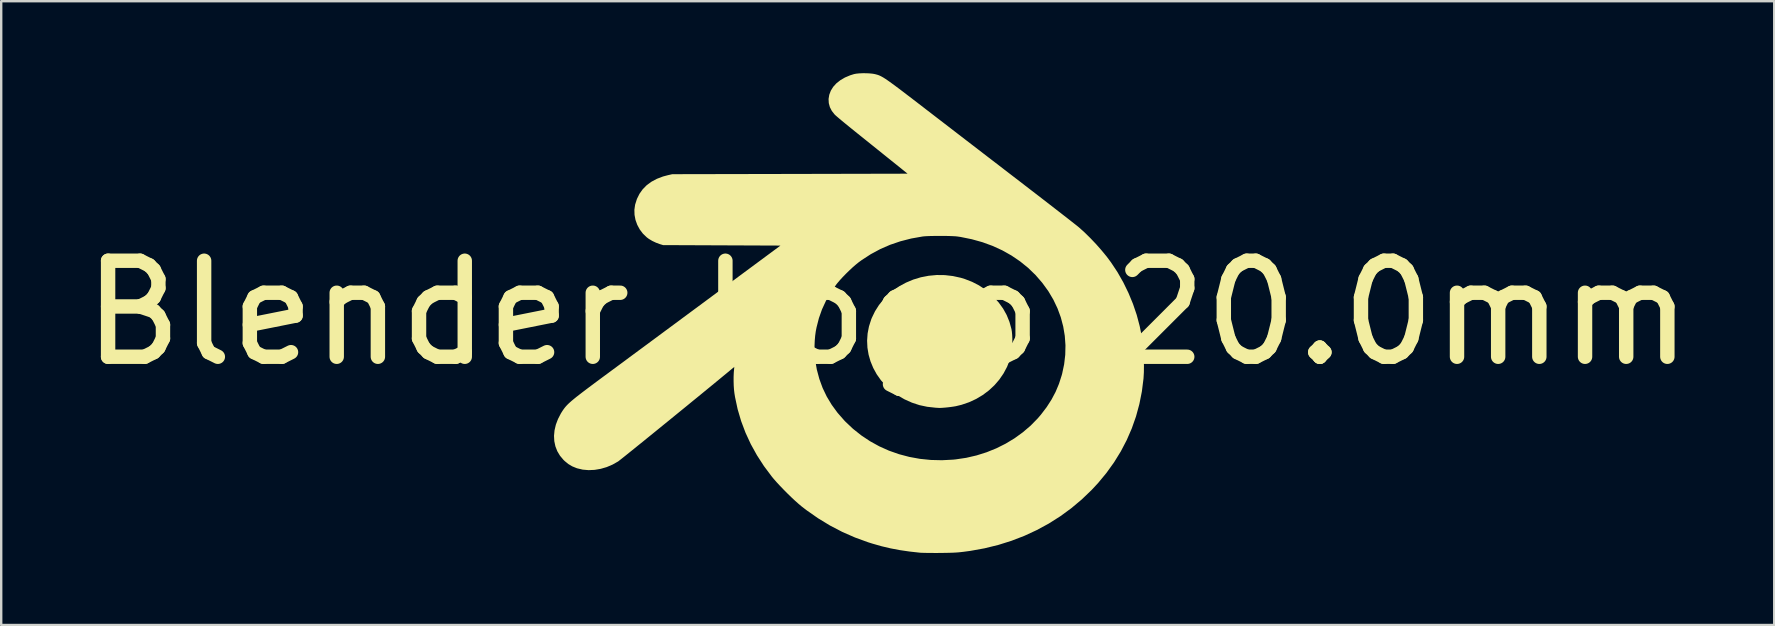
<source format=kicad_pcb>
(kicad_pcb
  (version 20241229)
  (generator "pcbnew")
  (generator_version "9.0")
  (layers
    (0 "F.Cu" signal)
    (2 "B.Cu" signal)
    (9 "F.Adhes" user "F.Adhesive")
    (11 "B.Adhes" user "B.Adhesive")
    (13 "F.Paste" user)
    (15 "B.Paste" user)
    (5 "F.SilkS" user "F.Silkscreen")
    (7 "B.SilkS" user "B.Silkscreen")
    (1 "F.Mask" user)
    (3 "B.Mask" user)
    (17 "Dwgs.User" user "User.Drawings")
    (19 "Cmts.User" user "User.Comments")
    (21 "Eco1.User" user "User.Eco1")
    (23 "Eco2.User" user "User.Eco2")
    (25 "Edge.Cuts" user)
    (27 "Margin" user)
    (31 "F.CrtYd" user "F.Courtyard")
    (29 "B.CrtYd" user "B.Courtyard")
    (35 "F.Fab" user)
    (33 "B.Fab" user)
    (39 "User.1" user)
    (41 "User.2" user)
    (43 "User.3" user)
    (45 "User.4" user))
  (footprint "Blender Logo 20.0mm"
    (layer "F.Cu")
    (at 33.929 9.992)
    (property "Reference" "Blender Logo 20.0mm" (at 0 0 180) (layer "F.SilkS") (effects (font (size 4 4) (thickness 0.6))))
    (attr board_only exclude_from_pos_files exclude_from_bom)
    (fp_poly (pts (xy 2.378 -1.582) (xy 2.714 -1.543) (xy 3.048 -1.47) (xy 3.207 -1.421) (xy 3.516 -1.301) (xy 3.8 -1.155) (xy 4.064 -0.98) (xy 4.312 -0.771) (xy 4.405 -0.682) (xy 4.624 -0.439) (xy 4.807 -0.186) (xy 4.956 0.082) (xy 5.071 0.366) (xy 5.155 0.669) (xy 5.155 0.672) (xy 5.171 0.772) (xy 5.183 0.899) (xy 5.19 1.045) (xy 5.192 1.197) (xy 5.19 1.348) (xy 5.184 1.485) (xy 5.172 1.599) (xy 5.165 1.641) (xy 5.086 1.946) (xy 4.972 2.236) (xy 4.826 2.511) (xy 4.65 2.768) (xy 4.446 3.005) (xy 4.215 3.22) (xy 3.961 3.411) (xy 3.685 3.576) (xy 3.389 3.713) (xy 3.076 3.82) (xy 2.839 3.878) (xy 2.75 3.893) (xy 2.64 3.909) (xy 2.52 3.924) (xy 2.4 3.936) (xy 2.288 3.945) (xy 2.195 3.95) (xy 2.131 3.95) (xy 2.13 3.95) (xy 2.082 3.947) (xy 2.016 3.943) (xy 1.986 3.941) (xy 1.645 3.903) (xy 1.321 3.834) (xy 1.009 3.731) (xy 0.701 3.593) (xy 0.69 3.587) (xy 0.406 3.423) (xy 0.148 3.234) (xy -0.083 3.023) (xy -0.286 2.794) (xy -0.46 2.547) (xy -0.603 2.286) (xy -0.716 2.013) (xy -0.797 1.731) (xy -0.845 1.442) (xy -0.859 1.148) (xy -0.838 0.851) (xy -0.781 0.555) (xy -0.687 0.261) (xy -0.663 0.201) (xy -0.529 -0.076) (xy -0.365 -0.335) (xy -0.167 -0.578) (xy -0.05 -0.701) (xy 0.199 -0.92) (xy 0.469 -1.109) (xy 0.759 -1.268) (xy 1.064 -1.396) (xy 1.381 -1.492) (xy 1.708 -1.555) (xy 2.042 -1.586)) (stroke (width 0) (type solid)) (fill yes) (layer "F.SilkS"))
    (fp_poly (pts (xy -0.891 -9.991) (xy -0.749 -9.984) (xy -0.621 -9.971) (xy -0.53 -9.954) (xy -0.481 -9.941) (xy -0.434 -9.928) (xy -0.387 -9.913) (xy -0.34 -9.894) (xy -0.289 -9.87) (xy -0.233 -9.84) (xy -0.169 -9.803) (xy -0.097 -9.757) (xy -0.014 -9.701) (xy 0.083 -9.633) (xy 0.193 -9.553) (xy 0.321 -9.459) (xy 0.467 -9.35) (xy 0.634 -9.224) (xy 0.823 -9.079) (xy 1.036 -8.916) (xy 1.276 -8.732) (xy 1.544 -8.526) (xy 1.589 -8.491) (xy 1.81 -8.321) (xy 2.058 -8.13) (xy 2.329 -7.922) (xy 2.619 -7.699) (xy 2.924 -7.464) (xy 3.241 -7.22) (xy 3.567 -6.97) (xy 3.897 -6.716) (xy 4.227 -6.462) (xy 4.555 -6.211) (xy 4.875 -5.964) (xy 5.185 -5.726) (xy 5.48 -5.5) (xy 5.744 -5.296) (xy 6.003 -5.097) (xy 6.254 -4.904) (xy 6.495 -4.718) (xy 6.725 -4.54) (xy 6.942 -4.372) (xy 7.143 -4.216) (xy 7.327 -4.073) (xy 7.492 -3.945) (xy 7.636 -3.832) (xy 7.757 -3.737) (xy 7.854 -3.661) (xy 7.924 -3.605) (xy 7.965 -3.571) (xy 7.965 -3.571) (xy 8.2 -3.36) (xy 8.441 -3.123) (xy 8.682 -2.87) (xy 8.912 -2.608) (xy 9.126 -2.348) (xy 9.302 -2.111) (xy 9.57 -1.707) (xy 9.813 -1.28) (xy 10.029 -0.837) (xy 10.217 -0.382) (xy 10.373 0.078) (xy 10.495 0.538) (xy 10.546 0.788) (xy 10.589 1.051) (xy 10.623 1.333) (xy 10.649 1.625) (xy 10.666 1.918) (xy 10.673 2.202) (xy 10.67 2.469) (xy 10.656 2.709) (xy 10.655 2.726) (xy 10.587 3.265) (xy 10.482 3.792) (xy 10.342 4.306) (xy 10.166 4.806) (xy 9.955 5.291) (xy 9.709 5.762) (xy 9.428 6.217) (xy 9.112 6.657) (xy 8.763 7.079) (xy 8.493 7.369) (xy 8.081 7.764) (xy 7.646 8.129) (xy 7.189 8.463) (xy 6.71 8.767) (xy 6.211 9.038) (xy 5.693 9.278) (xy 5.156 9.485) (xy 4.602 9.659) (xy 4.031 9.799) (xy 3.445 9.905) (xy 3.156 9.944) (xy 3.042 9.957) (xy 2.93 9.968) (xy 2.813 9.976) (xy 2.686 9.982) (xy 2.541 9.986) (xy 2.37 9.989) (xy 2.169 9.992) (xy 2.168 9.992) (xy 2.005 9.993) (xy 1.846 9.992) (xy 1.696 9.991) (xy 1.563 9.989) (xy 1.453 9.986) (xy 1.371 9.983) (xy 1.343 9.981) (xy 0.911 9.933) (xy 0.507 9.874) (xy 0.121 9.801) (xy -0.256 9.712) (xy -0.634 9.604) (xy -0.816 9.547) (xy -1.363 9.348) (xy -1.894 9.115) (xy -2.408 8.847) (xy -2.905 8.545) (xy -3.385 8.209) (xy -3.595 8.047) (xy -3.718 7.943) (xy -3.861 7.816) (xy -4.015 7.672) (xy -4.175 7.516) (xy -4.335 7.355) (xy -4.488 7.196) (xy -4.629 7.044) (xy -4.751 6.905) (xy -4.826 6.814) (xy -5.156 6.373) (xy -5.449 5.92) (xy -5.705 5.457) (xy -5.924 4.983) (xy -6.106 4.499) (xy -6.252 4.004) (xy -6.36 3.499) (xy -6.386 3.34) (xy -6.403 3.194) (xy -6.415 3.023) (xy -6.42 2.839) (xy -6.42 2.655) (xy -6.413 2.483) (xy -6.406 2.402) (xy -6.391 2.241) (xy -6.541 2.365) (xy -6.691 2.49) (xy -6.859 2.628) (xy -7.043 2.78) (xy -7.241 2.943) (xy -7.451 3.115) (xy -7.672 3.296) (xy -7.9 3.483) (xy -8.135 3.674) (xy -8.374 3.87) (xy -8.616 4.067) (xy -8.858 4.264) (xy -9.098 4.46) (xy -9.336 4.653) (xy -9.568 4.842) (xy -9.792 5.024) (xy -10.008 5.199) (xy -10.212 5.365) (xy -10.404 5.519) (xy -10.58 5.662) (xy -10.74 5.79) (xy -10.88 5.903) (xy -11 5.999) (xy -11.097 6.076) (xy -11.17 6.133) (xy -11.215 6.169) (xy -11.229 6.179) (xy -11.462 6.311) (xy -11.706 6.415) (xy -11.957 6.488) (xy -12.21 6.531) (xy -12.461 6.542) (xy -12.704 6.521) (xy -12.934 6.467) (xy -12.959 6.459) (xy -13.142 6.384) (xy -13.302 6.289) (xy -13.453 6.166) (xy -13.506 6.115) (xy -13.651 5.943) (xy -13.764 5.754) (xy -13.843 5.551) (xy -13.889 5.336) (xy -13.901 5.112) (xy -13.879 4.882) (xy -13.824 4.647) (xy -13.735 4.412) (xy -13.613 4.177) (xy -13.569 4.107) (xy -13.532 4.05) (xy -13.494 3.996) (xy -13.455 3.944) (xy -13.412 3.892) (xy -13.363 3.838) (xy -13.306 3.781) (xy -13.24 3.72) (xy -13.162 3.651) (xy -13.07 3.575) (xy -12.964 3.489) (xy -12.839 3.392) (xy -12.696 3.282) (xy -12.531 3.157) (xy -12.343 3.016) (xy -12.13 2.857) (xy -11.89 2.679) (xy -11.62 2.48) (xy -11.614 2.475) (xy -11.435 2.343) (xy -11.229 2.191) (xy -10.997 2.02) (xy -10.743 1.831) (xy -10.469 1.629) (xy -10.402 1.579) (xy -3.049 1.579) (xy -3.04 1.781) (xy -3.025 1.939) (xy -2.954 2.35) (xy -2.849 2.743) (xy -2.712 3.118) (xy -2.54 3.477) (xy -2.333 3.821) (xy -2.091 4.152) (xy -1.812 4.47) (xy -1.767 4.518) (xy -1.445 4.822) (xy -1.101 5.095) (xy -0.736 5.338) (xy -0.352 5.55) (xy 0.05 5.73) (xy 0.468 5.877) (xy 0.899 5.991) (xy 1.342 6.072) (xy 1.795 6.118) (xy 2.256 6.129) (xy 2.724 6.105) (xy 2.831 6.094) (xy 3.27 6.029) (xy 3.701 5.929) (xy 4.12 5.797) (xy 4.525 5.633) (xy 4.913 5.439) (xy 5.282 5.216) (xy 5.629 4.965) (xy 5.952 4.689) (xy 6.247 4.388) (xy 6.38 4.233) (xy 6.618 3.921) (xy 6.821 3.606) (xy 6.992 3.284) (xy 7.133 2.948) (xy 7.247 2.593) (xy 7.266 2.524) (xy 7.349 2.132) (xy 7.395 1.738) (xy 7.404 1.343) (xy 7.376 0.95) (xy 7.311 0.561) (xy 7.21 0.178) (xy 7.073 -0.195) (xy 6.901 -0.557) (xy 6.694 -0.907) (xy 6.691 -0.912) (xy 6.437 -1.262) (xy 6.155 -1.587) (xy 5.847 -1.885) (xy 5.513 -2.155) (xy 5.155 -2.398) (xy 4.773 -2.613) (xy 4.37 -2.798) (xy 3.945 -2.953) (xy 3.5 -3.077) (xy 3.037 -3.171) (xy 2.907 -3.19) (xy 2.825 -3.199) (xy 2.712 -3.205) (xy 2.574 -3.21) (xy 2.419 -3.214) (xy 2.254 -3.215) (xy 2.086 -3.215) (xy 1.921 -3.213) (xy 1.768 -3.21) (xy 1.632 -3.205) (xy 1.521 -3.198) (xy 1.449 -3.19) (xy 0.976 -3.106) (xy 0.526 -2.99) (xy 0.097 -2.844) (xy -0.313 -2.665) (xy -0.705 -2.454) (xy -1.082 -2.209) (xy -1.21 -2.116) (xy -1.326 -2.022) (xy -1.458 -1.908) (xy -1.597 -1.778) (xy -1.738 -1.641) (xy -1.873 -1.502) (xy -1.995 -1.369) (xy -2.097 -1.249) (xy -2.145 -1.188) (xy -2.378 -0.85) (xy -2.575 -0.507) (xy -2.737 -0.156) (xy -2.866 0.209) (xy -2.964 0.591) (xy -2.997 0.758) (xy -3.022 0.94) (xy -3.04 1.146) (xy -3.049 1.363) (xy -3.049 1.579) (xy -10.402 1.579) (xy -10.178 1.414) (xy -9.873 1.188) (xy -9.556 0.954) (xy -9.231 0.713) (xy -8.899 0.468) (xy -8.565 0.22) (xy -8.231 -0.027) (xy -7.898 -0.273) (xy -7.571 -0.515) (xy -7.307 -0.711) (xy -4.468 -2.812) (xy -6.913 -2.822) (xy -9.358 -2.832) (xy -9.502 -2.876) (xy -9.654 -2.933) (xy -9.808 -3.006) (xy -9.949 -3.09) (xy -10.037 -3.155) (xy -10.198 -3.31) (xy -10.331 -3.486) (xy -10.434 -3.678) (xy -10.507 -3.881) (xy -10.547 -4.091) (xy -10.553 -4.304) (xy -10.523 -4.514) (xy -10.522 -4.518) (xy -10.447 -4.755) (xy -10.341 -4.969) (xy -10.204 -5.161) (xy -10.038 -5.329) (xy -9.841 -5.473) (xy -9.616 -5.593) (xy -9.361 -5.69) (xy -9.163 -5.743) (xy -8.974 -5.786) (xy -4.074 -5.796) (xy 0.827 -5.807) (xy 0.123 -6.373) (xy -0.048 -6.51) (xy -0.242 -6.666) (xy -0.45 -6.833) (xy -0.665 -7.006) (xy -0.879 -7.178) (xy -1.085 -7.343) (xy -1.276 -7.496) (xy -1.342 -7.549) (xy -1.494 -7.672) (xy -1.641 -7.791) (xy -1.778 -7.903) (xy -1.903 -8.006) (xy -2.012 -8.097) (xy -2.101 -8.173) (xy -2.168 -8.231) (xy -2.208 -8.269) (xy -2.211 -8.272) (xy -2.328 -8.42) (xy -2.41 -8.579) (xy -2.455 -8.746) (xy -2.464 -8.919) (xy -2.435 -9.095) (xy -2.371 -9.264) (xy -2.272 -9.424) (xy -2.139 -9.57) (xy -1.975 -9.7) (xy -1.783 -9.813) (xy -1.565 -9.905) (xy -1.402 -9.956) (xy -1.305 -9.974) (xy -1.18 -9.986) (xy -1.039 -9.992)) (stroke (width 0) (type solid)) (fill yes) (layer "F.SilkS")))
  (gr_rect
    (start -3 -3)
    (end 70.857 22.985)
    (stroke (width 0.1) (type default))
    (fill no)
    (layer "Edge.Cuts")))
</source>
